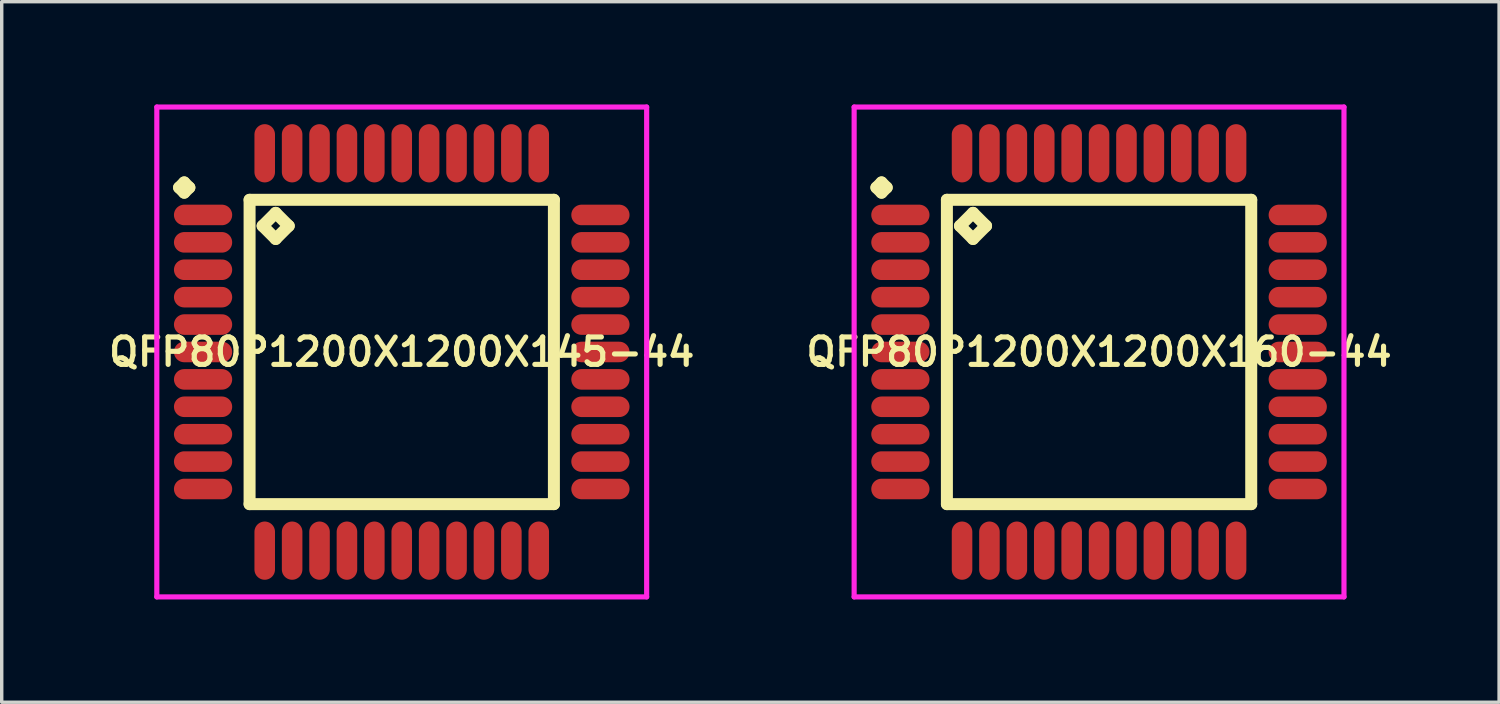
<source format=kicad_pcb>
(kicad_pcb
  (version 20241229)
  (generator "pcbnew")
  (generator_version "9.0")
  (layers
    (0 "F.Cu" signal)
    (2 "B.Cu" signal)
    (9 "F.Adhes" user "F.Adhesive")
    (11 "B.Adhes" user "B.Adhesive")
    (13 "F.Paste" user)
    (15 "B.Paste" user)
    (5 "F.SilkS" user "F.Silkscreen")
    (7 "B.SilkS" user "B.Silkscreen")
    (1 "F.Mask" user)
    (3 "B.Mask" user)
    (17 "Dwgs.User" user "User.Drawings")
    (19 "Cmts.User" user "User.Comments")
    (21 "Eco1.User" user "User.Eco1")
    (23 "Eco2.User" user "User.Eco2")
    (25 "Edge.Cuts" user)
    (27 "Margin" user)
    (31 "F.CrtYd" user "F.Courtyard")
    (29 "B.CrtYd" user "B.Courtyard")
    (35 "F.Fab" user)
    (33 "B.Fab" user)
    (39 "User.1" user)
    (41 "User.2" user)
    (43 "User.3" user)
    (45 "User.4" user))
  (footprint "QFP80P1200X1200X160-44"
    (layer "F.Cu")
    (at 29.035 7.225)
    (property "Reference" "QFP80P1200X1200X160-44" (at 0 0 0) (layer "F.SilkS") (effects (font (size 0.8 0.8) (thickness 0.15))))
    (attr through_hole)
    (fp_line (start -6.5 -4.8) (end -6.35 -4.95) (stroke (width 0.35) (type solid)) (layer "F.SilkS"))
    (fp_line (start -6.35 -4.95) (end -6.2 -4.8) (stroke (width 0.35) (type solid)) (layer "F.SilkS"))
    (fp_line (start -6.35 -4.65) (end -6.5 -4.8) (stroke (width 0.35) (type solid)) (layer "F.SilkS"))
    (fp_line (start -6.2 -4.8) (end -6.35 -4.65) (stroke (width 0.35) (type solid)) (layer "F.SilkS"))
    (fp_line (start -4.442 -4.442) (end -4.442 4.442) (stroke (width 0.35) (type solid)) (layer "F.SilkS"))
    (fp_line (start -4.442 4.442) (end 4.442 4.442) (stroke (width 0.35) (type solid)) (layer "F.SilkS"))
    (fp_line (start -4.061 -3.68) (end -3.68 -4.061) (stroke (width 0.35) (type solid)) (layer "F.SilkS"))
    (fp_line (start -3.68 -4.061) (end -3.299 -3.68) (stroke (width 0.35) (type solid)) (layer "F.SilkS"))
    (fp_line (start -3.68 -3.299) (end -4.061 -3.68) (stroke (width 0.35) (type solid)) (layer "F.SilkS"))
    (fp_line (start -3.299 -3.68) (end -3.68 -3.299) (stroke (width 0.35) (type solid)) (layer "F.SilkS"))
    (fp_line (start 4.442 -4.442) (end -4.442 -4.442) (stroke (width 0.35) (type solid)) (layer "F.SilkS"))
    (fp_line (start 4.442 4.442) (end 4.442 -4.442) (stroke (width 0.35) (type solid)) (layer "F.SilkS"))
    (fp_line (start -7.15 -7.15) (end 7.15 -7.15) (stroke (width 0.15) (type solid)) (layer "F.CrtYd"))
    (fp_line (start -7.15 7.15) (end -7.15 -7.15) (stroke (width 0.15) (type solid)) (layer "F.CrtYd"))
    (fp_line (start 7.15 -7.15) (end 7.15 7.15) (stroke (width 0.15) (type solid)) (layer "F.CrtYd"))
    (fp_line (start 7.15 7.15) (end -7.15 7.15) (stroke (width 0.15) (type solid)) (layer "F.CrtYd"))
    (pad "1" smd oval (at -5.8 -4) (size 1.7 0.6) (layers "F.Cu" "F.Mask" "F.Paste"))
    (pad "2" smd oval (at -5.8 -3.2) (size 1.7 0.6) (layers "F.Cu" "F.Mask" "F.Paste"))
    (pad "3" smd oval (at -5.8 -2.4) (size 1.7 0.6) (layers "F.Cu" "F.Mask" "F.Paste"))
    (pad "4" smd oval (at -5.8 -1.6) (size 1.7 0.6) (layers "F.Cu" "F.Mask" "F.Paste"))
    (pad "5" smd oval (at -5.8 -0.8) (size 1.7 0.6) (layers "F.Cu" "F.Mask" "F.Paste"))
    (pad "6" smd oval (at -5.8 0) (size 1.7 0.6) (layers "F.Cu" "F.Mask" "F.Paste"))
    (pad "7" smd oval (at -5.8 0.8) (size 1.7 0.6) (layers "F.Cu" "F.Mask" "F.Paste"))
    (pad "8" smd oval (at -5.8 1.6) (size 1.7 0.6) (layers "F.Cu" "F.Mask" "F.Paste"))
    (pad "9" smd oval (at -5.8 2.4) (size 1.7 0.6) (layers "F.Cu" "F.Mask" "F.Paste"))
    (pad "10" smd oval (at -5.8 3.2) (size 1.7 0.6) (layers "F.Cu" "F.Mask" "F.Paste"))
    (pad "11" smd oval (at -5.8 4) (size 1.7 0.6) (layers "F.Cu" "F.Mask" "F.Paste"))
    (pad "12" smd oval (at -4 5.8) (size 0.6 1.7) (layers "F.Cu" "F.Mask" "F.Paste"))
    (pad "13" smd oval (at -3.2 5.8) (size 0.6 1.7) (layers "F.Cu" "F.Mask" "F.Paste"))
    (pad "14" smd oval (at -2.4 5.8) (size 0.6 1.7) (layers "F.Cu" "F.Mask" "F.Paste"))
    (pad "15" smd oval (at -1.6 5.8) (size 0.6 1.7) (layers "F.Cu" "F.Mask" "F.Paste"))
    (pad "16" smd oval (at -0.8 5.8) (size 0.6 1.7) (layers "F.Cu" "F.Mask" "F.Paste"))
    (pad "17" smd oval (at 0 5.8) (size 0.6 1.7) (layers "F.Cu" "F.Mask" "F.Paste"))
    (pad "18" smd oval (at 0.8 5.8) (size 0.6 1.7) (layers "F.Cu" "F.Mask" "F.Paste"))
    (pad "19" smd oval (at 1.6 5.8) (size 0.6 1.7) (layers "F.Cu" "F.Mask" "F.Paste"))
    (pad "20" smd oval (at 2.4 5.8) (size 0.6 1.7) (layers "F.Cu" "F.Mask" "F.Paste"))
    (pad "21" smd oval (at 3.2 5.8) (size 0.6 1.7) (layers "F.Cu" "F.Mask" "F.Paste"))
    (pad "22" smd oval (at 4 5.8) (size 0.6 1.7) (layers "F.Cu" "F.Mask" "F.Paste"))
    (pad "23" smd oval (at 5.8 4) (size 1.7 0.6) (layers "F.Cu" "F.Mask" "F.Paste"))
    (pad "24" smd oval (at 5.8 3.2) (size 1.7 0.6) (layers "F.Cu" "F.Mask" "F.Paste"))
    (pad "25" smd oval (at 5.8 2.4) (size 1.7 0.6) (layers "F.Cu" "F.Mask" "F.Paste"))
    (pad "26" smd oval (at 5.8 1.6) (size 1.7 0.6) (layers "F.Cu" "F.Mask" "F.Paste"))
    (pad "27" smd oval (at 5.8 0.8) (size 1.7 0.6) (layers "F.Cu" "F.Mask" "F.Paste"))
    (pad "28" smd oval (at 5.8 0) (size 1.7 0.6) (layers "F.Cu" "F.Mask" "F.Paste"))
    (pad "29" smd oval (at 5.8 -0.8) (size 1.7 0.6) (layers "F.Cu" "F.Mask" "F.Paste"))
    (pad "30" smd oval (at 5.8 -1.6) (size 1.7 0.6) (layers "F.Cu" "F.Mask" "F.Paste"))
    (pad "31" smd oval (at 5.8 -2.4) (size 1.7 0.6) (layers "F.Cu" "F.Mask" "F.Paste"))
    (pad "32" smd oval (at 5.8 -3.2) (size 1.7 0.6) (layers "F.Cu" "F.Mask" "F.Paste"))
    (pad "33" smd oval (at 5.8 -4) (size 1.7 0.6) (layers "F.Cu" "F.Mask" "F.Paste"))
    (pad "34" smd oval (at 4 -5.8) (size 0.6 1.7) (layers "F.Cu" "F.Mask" "F.Paste"))
    (pad "35" smd oval (at 3.2 -5.8) (size 0.6 1.7) (layers "F.Cu" "F.Mask" "F.Paste"))
    (pad "36" smd oval (at 2.4 -5.8) (size 0.6 1.7) (layers "F.Cu" "F.Mask" "F.Paste"))
    (pad "37" smd oval (at 1.6 -5.8) (size 0.6 1.7) (layers "F.Cu" "F.Mask" "F.Paste"))
    (pad "38" smd oval (at 0.8 -5.8) (size 0.6 1.7) (layers "F.Cu" "F.Mask" "F.Paste"))
    (pad "39" smd oval (at 0 -5.8) (size 0.6 1.7) (layers "F.Cu" "F.Mask" "F.Paste"))
    (pad "40" smd oval (at -0.8 -5.8) (size 0.6 1.7) (layers "F.Cu" "F.Mask" "F.Paste"))
    (pad "41" smd oval (at -1.6 -5.8) (size 0.6 1.7) (layers "F.Cu" "F.Mask" "F.Paste"))
    (pad "42" smd oval (at -2.4 -5.8) (size 0.6 1.7) (layers "F.Cu" "F.Mask" "F.Paste"))
    (pad "43" smd oval (at -3.2 -5.8) (size 0.6 1.7) (layers "F.Cu" "F.Mask" "F.Paste"))
    (pad "44" smd oval (at -4 -5.8) (size 0.6 1.7) (layers "F.Cu" "F.Mask" "F.Paste")))
  (footprint "QFP80P1200X1200X145-44"
    (layer "F.Cu")
    (at 8.678 7.225)
    (property "Reference" "QFP80P1200X1200X145-44" (at 0 0 0) (layer "F.SilkS") (effects (font (size 0.8 0.8) (thickness 0.15))))
    (attr through_hole)
    (fp_line (start -6.5 -4.8) (end -6.35 -4.95) (stroke (width 0.35) (type solid)) (layer "F.SilkS"))
    (fp_line (start -6.35 -4.95) (end -6.2 -4.8) (stroke (width 0.35) (type solid)) (layer "F.SilkS"))
    (fp_line (start -6.35 -4.65) (end -6.5 -4.8) (stroke (width 0.35) (type solid)) (layer "F.SilkS"))
    (fp_line (start -6.2 -4.8) (end -6.35 -4.65) (stroke (width 0.35) (type solid)) (layer "F.SilkS"))
    (fp_line (start -4.442 -4.442) (end -4.442 4.442) (stroke (width 0.35) (type solid)) (layer "F.SilkS"))
    (fp_line (start -4.442 4.442) (end 4.442 4.442) (stroke (width 0.35) (type solid)) (layer "F.SilkS"))
    (fp_line (start -4.061 -3.68) (end -3.68 -4.061) (stroke (width 0.35) (type solid)) (layer "F.SilkS"))
    (fp_line (start -3.68 -4.061) (end -3.299 -3.68) (stroke (width 0.35) (type solid)) (layer "F.SilkS"))
    (fp_line (start -3.68 -3.299) (end -4.061 -3.68) (stroke (width 0.35) (type solid)) (layer "F.SilkS"))
    (fp_line (start -3.299 -3.68) (end -3.68 -3.299) (stroke (width 0.35) (type solid)) (layer "F.SilkS"))
    (fp_line (start 4.442 -4.442) (end -4.442 -4.442) (stroke (width 0.35) (type solid)) (layer "F.SilkS"))
    (fp_line (start 4.442 4.442) (end 4.442 -4.442) (stroke (width 0.35) (type solid)) (layer "F.SilkS"))
    (fp_line (start -7.15 -7.15) (end 7.15 -7.15) (stroke (width 0.15) (type solid)) (layer "F.CrtYd"))
    (fp_line (start -7.15 7.15) (end -7.15 -7.15) (stroke (width 0.15) (type solid)) (layer "F.CrtYd"))
    (fp_line (start 7.15 -7.15) (end 7.15 7.15) (stroke (width 0.15) (type solid)) (layer "F.CrtYd"))
    (fp_line (start 7.15 7.15) (end -7.15 7.15) (stroke (width 0.15) (type solid)) (layer "F.CrtYd"))
    (pad "1" smd oval (at -5.8 -4) (size 1.7 0.6) (layers "F.Cu" "F.Mask" "F.Paste"))
    (pad "2" smd oval (at -5.8 -3.2) (size 1.7 0.6) (layers "F.Cu" "F.Mask" "F.Paste"))
    (pad "3" smd oval (at -5.8 -2.4) (size 1.7 0.6) (layers "F.Cu" "F.Mask" "F.Paste"))
    (pad "4" smd oval (at -5.8 -1.6) (size 1.7 0.6) (layers "F.Cu" "F.Mask" "F.Paste"))
    (pad "5" smd oval (at -5.8 -0.8) (size 1.7 0.6) (layers "F.Cu" "F.Mask" "F.Paste"))
    (pad "6" smd oval (at -5.8 0) (size 1.7 0.6) (layers "F.Cu" "F.Mask" "F.Paste"))
    (pad "7" smd oval (at -5.8 0.8) (size 1.7 0.6) (layers "F.Cu" "F.Mask" "F.Paste"))
    (pad "8" smd oval (at -5.8 1.6) (size 1.7 0.6) (layers "F.Cu" "F.Mask" "F.Paste"))
    (pad "9" smd oval (at -5.8 2.4) (size 1.7 0.6) (layers "F.Cu" "F.Mask" "F.Paste"))
    (pad "10" smd oval (at -5.8 3.2) (size 1.7 0.6) (layers "F.Cu" "F.Mask" "F.Paste"))
    (pad "11" smd oval (at -5.8 4) (size 1.7 0.6) (layers "F.Cu" "F.Mask" "F.Paste"))
    (pad "12" smd oval (at -4 5.8) (size 0.6 1.7) (layers "F.Cu" "F.Mask" "F.Paste"))
    (pad "13" smd oval (at -3.2 5.8) (size 0.6 1.7) (layers "F.Cu" "F.Mask" "F.Paste"))
    (pad "14" smd oval (at -2.4 5.8) (size 0.6 1.7) (layers "F.Cu" "F.Mask" "F.Paste"))
    (pad "15" smd oval (at -1.6 5.8) (size 0.6 1.7) (layers "F.Cu" "F.Mask" "F.Paste"))
    (pad "16" smd oval (at -0.8 5.8) (size 0.6 1.7) (layers "F.Cu" "F.Mask" "F.Paste"))
    (pad "17" smd oval (at 0 5.8) (size 0.6 1.7) (layers "F.Cu" "F.Mask" "F.Paste"))
    (pad "18" smd oval (at 0.8 5.8) (size 0.6 1.7) (layers "F.Cu" "F.Mask" "F.Paste"))
    (pad "19" smd oval (at 1.6 5.8) (size 0.6 1.7) (layers "F.Cu" "F.Mask" "F.Paste"))
    (pad "20" smd oval (at 2.4 5.8) (size 0.6 1.7) (layers "F.Cu" "F.Mask" "F.Paste"))
    (pad "21" smd oval (at 3.2 5.8) (size 0.6 1.7) (layers "F.Cu" "F.Mask" "F.Paste"))
    (pad "22" smd oval (at 4 5.8) (size 0.6 1.7) (layers "F.Cu" "F.Mask" "F.Paste"))
    (pad "23" smd oval (at 5.8 4) (size 1.7 0.6) (layers "F.Cu" "F.Mask" "F.Paste"))
    (pad "24" smd oval (at 5.8 3.2) (size 1.7 0.6) (layers "F.Cu" "F.Mask" "F.Paste"))
    (pad "25" smd oval (at 5.8 2.4) (size 1.7 0.6) (layers "F.Cu" "F.Mask" "F.Paste"))
    (pad "26" smd oval (at 5.8 1.6) (size 1.7 0.6) (layers "F.Cu" "F.Mask" "F.Paste"))
    (pad "27" smd oval (at 5.8 0.8) (size 1.7 0.6) (layers "F.Cu" "F.Mask" "F.Paste"))
    (pad "28" smd oval (at 5.8 0) (size 1.7 0.6) (layers "F.Cu" "F.Mask" "F.Paste"))
    (pad "29" smd oval (at 5.8 -0.8) (size 1.7 0.6) (layers "F.Cu" "F.Mask" "F.Paste"))
    (pad "30" smd oval (at 5.8 -1.6) (size 1.7 0.6) (layers "F.Cu" "F.Mask" "F.Paste"))
    (pad "31" smd oval (at 5.8 -2.4) (size 1.7 0.6) (layers "F.Cu" "F.Mask" "F.Paste"))
    (pad "32" smd oval (at 5.8 -3.2) (size 1.7 0.6) (layers "F.Cu" "F.Mask" "F.Paste"))
    (pad "33" smd oval (at 5.8 -4) (size 1.7 0.6) (layers "F.Cu" "F.Mask" "F.Paste"))
    (pad "34" smd oval (at 4 -5.8) (size 0.6 1.7) (layers "F.Cu" "F.Mask" "F.Paste"))
    (pad "35" smd oval (at 3.2 -5.8) (size 0.6 1.7) (layers "F.Cu" "F.Mask" "F.Paste"))
    (pad "36" smd oval (at 2.4 -5.8) (size 0.6 1.7) (layers "F.Cu" "F.Mask" "F.Paste"))
    (pad "37" smd oval (at 1.6 -5.8) (size 0.6 1.7) (layers "F.Cu" "F.Mask" "F.Paste"))
    (pad "38" smd oval (at 0.8 -5.8) (size 0.6 1.7) (layers "F.Cu" "F.Mask" "F.Paste"))
    (pad "39" smd oval (at 0 -5.8) (size 0.6 1.7) (layers "F.Cu" "F.Mask" "F.Paste"))
    (pad "40" smd oval (at -0.8 -5.8) (size 0.6 1.7) (layers "F.Cu" "F.Mask" "F.Paste"))
    (pad "41" smd oval (at -1.6 -5.8) (size 0.6 1.7) (layers "F.Cu" "F.Mask" "F.Paste"))
    (pad "42" smd oval (at -2.4 -5.8) (size 0.6 1.7) (layers "F.Cu" "F.Mask" "F.Paste"))
    (pad "43" smd oval (at -3.2 -5.8) (size 0.6 1.7) (layers "F.Cu" "F.Mask" "F.Paste"))
    (pad "44" smd oval (at -4 -5.8) (size 0.6 1.7) (layers "F.Cu" "F.Mask" "F.Paste")))
  (gr_rect
    (start -3 -3)
    (end 40.713 17.45)
    (stroke (width 0.1) (type default))
    (fill no)
    (layer "Edge.Cuts")))
</source>
